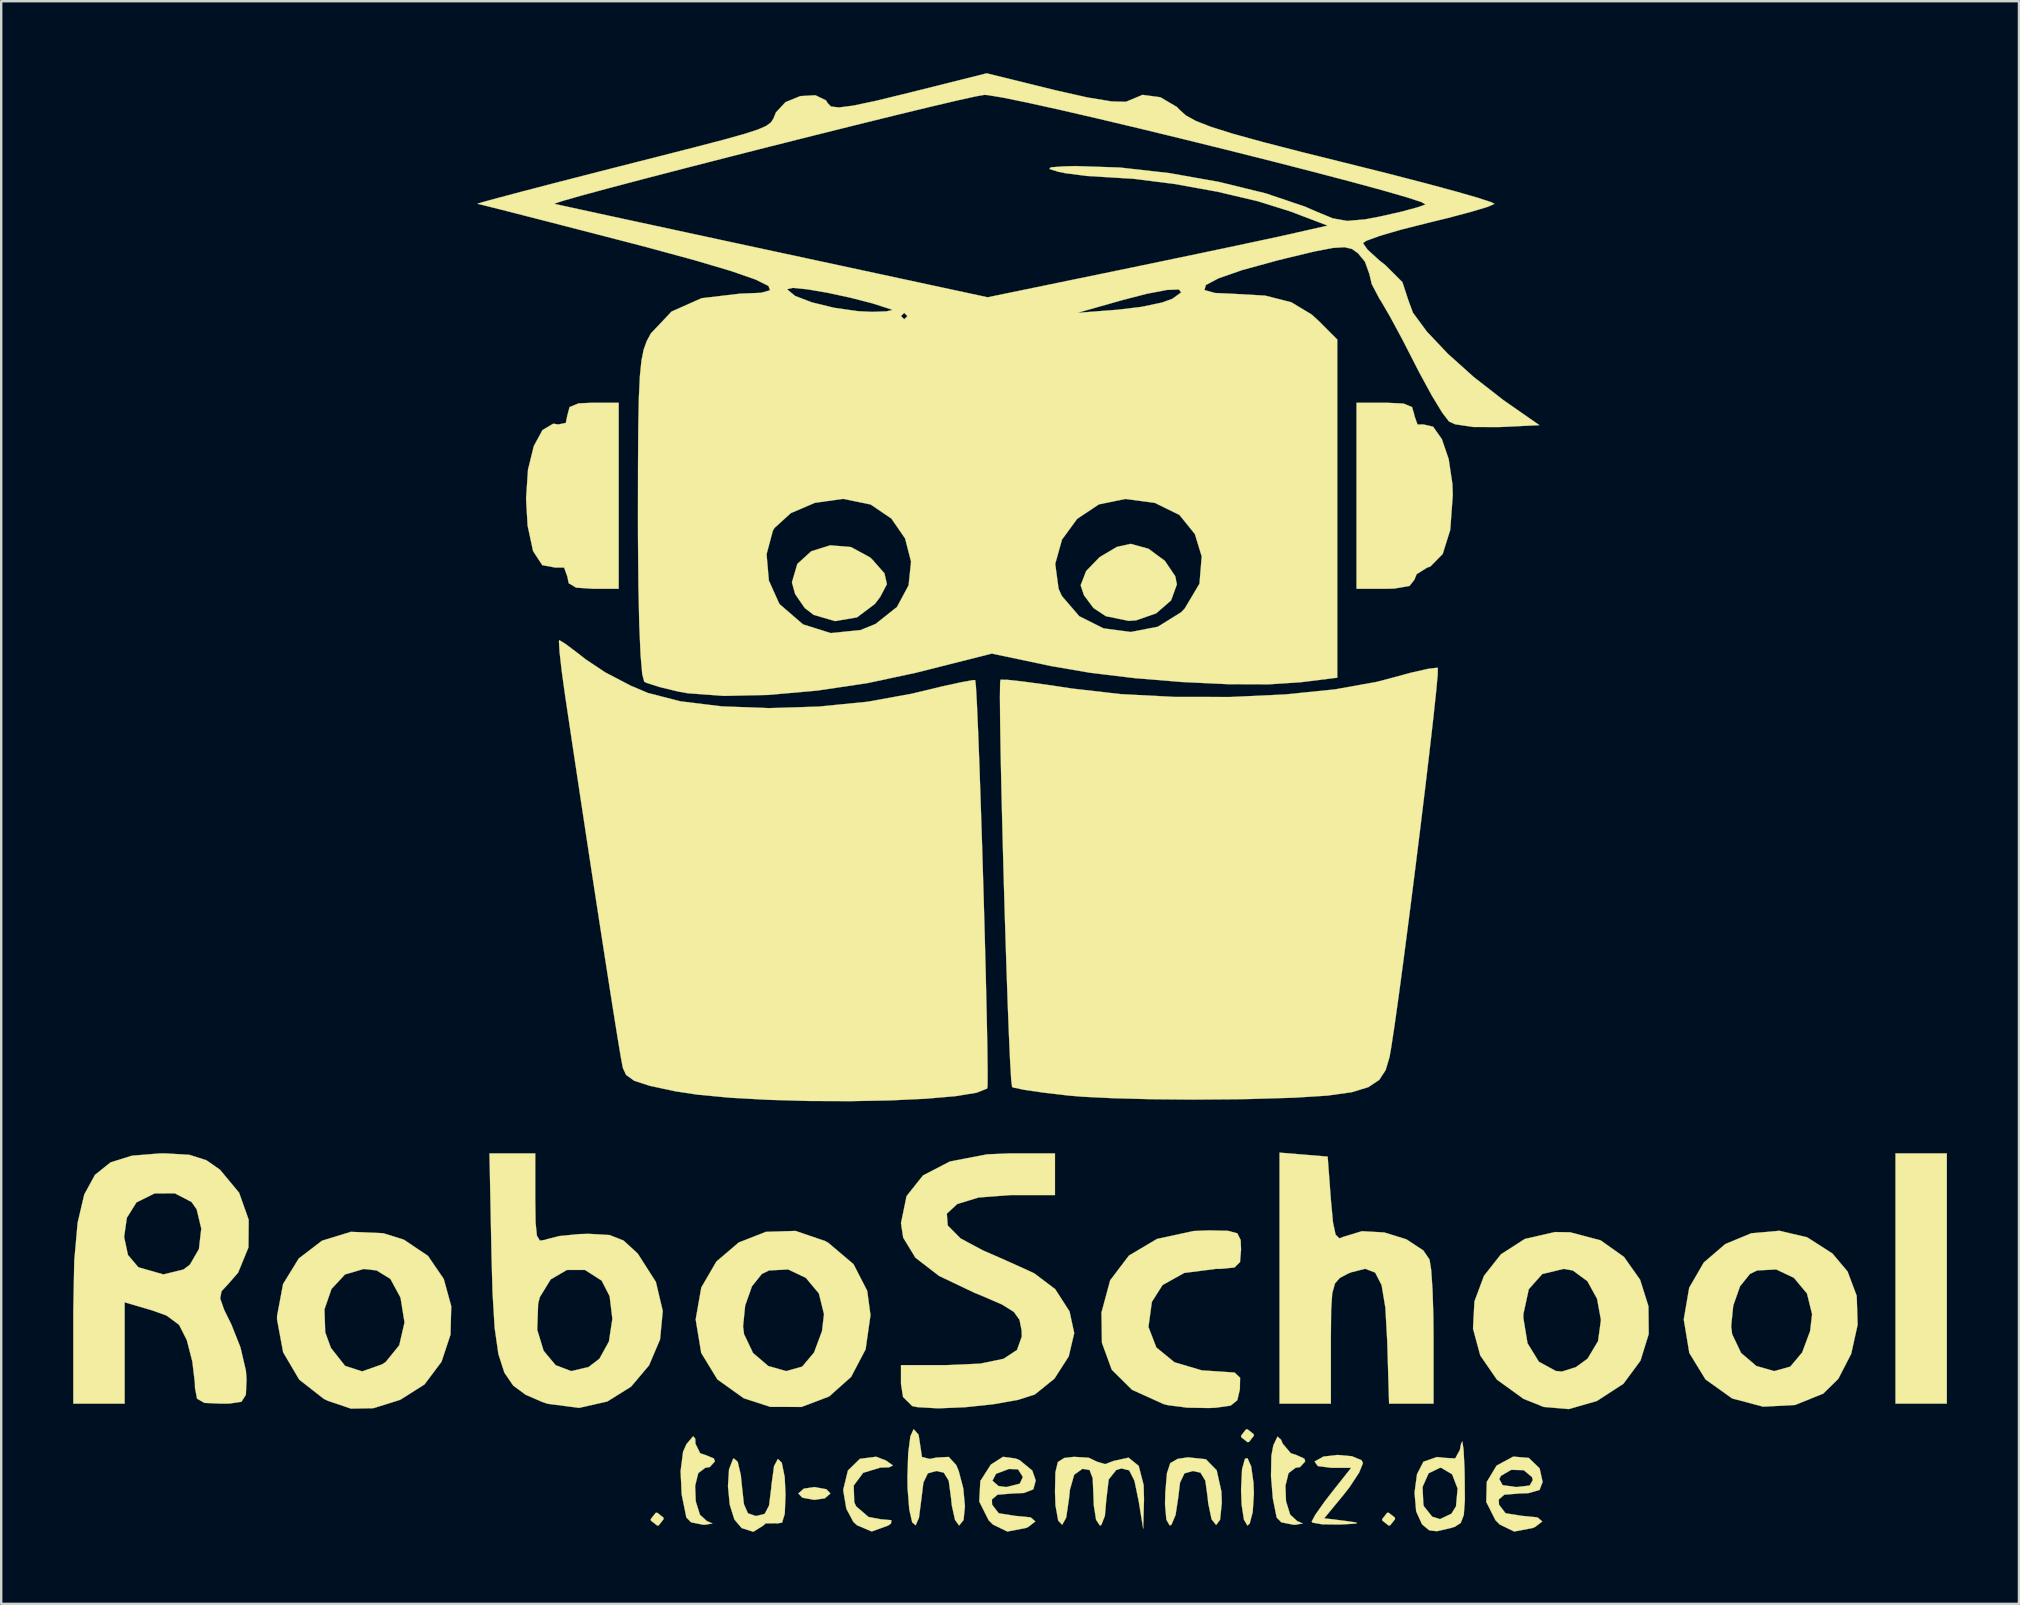
<source format=kicad_pcb>
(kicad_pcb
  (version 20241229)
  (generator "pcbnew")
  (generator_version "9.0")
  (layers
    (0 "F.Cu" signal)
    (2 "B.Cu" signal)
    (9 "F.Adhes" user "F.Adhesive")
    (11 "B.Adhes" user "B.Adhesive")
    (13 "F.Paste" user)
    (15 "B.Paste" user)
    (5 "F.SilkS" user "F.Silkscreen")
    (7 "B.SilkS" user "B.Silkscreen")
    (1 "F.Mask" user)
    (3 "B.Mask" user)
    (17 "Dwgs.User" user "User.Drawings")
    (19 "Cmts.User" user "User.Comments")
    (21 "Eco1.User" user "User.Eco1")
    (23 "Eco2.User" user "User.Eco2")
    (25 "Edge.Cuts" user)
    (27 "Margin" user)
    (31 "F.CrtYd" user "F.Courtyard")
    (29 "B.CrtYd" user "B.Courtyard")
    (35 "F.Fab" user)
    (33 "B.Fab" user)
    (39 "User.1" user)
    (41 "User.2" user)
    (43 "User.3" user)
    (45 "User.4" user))
  (footprint "test"
    (layer "F.Cu")
    (at 47.329 24.426)
    (property "Reference" "test" (at 0 0 0) (layer "F.SilkS") (effects (font (size 1.524 1.524) (thickness 0.3))))
    (attr through_hole)
    (fp_poly (pts (xy 30.747 31.015) (xy 28.608 31.015) (xy 28.608 20.587) (xy 30.747 20.587) (xy 30.747 31.015)) (stroke (width 0.01) (type solid)) (fill yes) (layer "F.SilkS"))
    (fp_poly (pts (xy -22.734 35.763) (xy -22.726 35.827) (xy -22.93 36.087) (xy -22.994 36.095) (xy -23.253 35.891) (xy -23.261 35.827) (xy -23.058 35.568) (xy -22.994 35.56) (xy -22.734 35.763)) (stroke (width 0.01) (type solid)) (fill yes) (layer "F.SilkS"))
    (fp_poly (pts (xy -15.941 34.582) (xy -15.775 34.758) (xy -16.004 34.959) (xy -16.443 35.025) (xy -16.946 34.934) (xy -17.112 34.758) (xy -16.883 34.557) (xy -16.443 34.491) (xy -15.941 34.582)) (stroke (width 0.01) (type solid)) (fill yes) (layer "F.SilkS"))
    (fp_poly (pts (xy 1.864 32.288) (xy 1.872 32.352) (xy 1.668 32.611) (xy 1.604 32.619) (xy 1.345 32.415) (xy 1.337 32.352) (xy 1.54 32.092) (xy 1.604 32.084) (xy 1.864 32.288)) (stroke (width 0.01) (type solid)) (fill yes) (layer "F.SilkS"))
    (fp_poly (pts (xy 7.746 35.763) (xy 7.754 35.827) (xy 7.55 36.087) (xy 7.486 36.095) (xy 7.227 35.891) (xy 7.219 35.827) (xy 7.422 35.568) (xy 7.486 35.56) (xy 7.746 35.763)) (stroke (width 0.01) (type solid)) (fill yes) (layer "F.SilkS"))
    (fp_poly (pts (xy 1.759 33.63) (xy 1.856 34.318) (xy 1.872 34.774) (xy 1.823 35.531) (xy 1.699 36.009) (xy 1.604 36.095) (xy 1.458 35.853) (xy 1.361 35.228) (xy 1.337 34.608) (xy 1.379 33.744) (xy 1.499 33.312) (xy 1.604 33.287) (xy 1.759 33.63)) (stroke (width 0.01) (type solid)) (fill yes) (layer "F.SilkS"))
    (fp_poly (pts (xy -14.919 -4.68) (xy -14.124 -4.249) (xy -14.025 -4.156) (xy -13.523 -3.584) (xy -13.421 -3.134) (xy -13.705 -2.594) (xy -13.923 -2.309) (xy -14.668 -1.749) (xy -15.583 -1.594) (xy -16.473 -1.854) (xy -16.844 -2.139) (xy -17.245 -2.721) (xy -17.379 -3.208) (xy -17.154 -3.976) (xy -16.575 -4.504) (xy -15.783 -4.752) (xy -14.919 -4.68)) (stroke (width 0.01) (type solid)) (fill yes) (layer "F.SilkS"))
    (fp_poly (pts (xy -2.522 -4.61) (xy -1.84 -4.107) (xy -1.405 -3.465) (xy -1.337 -3.124) (xy -1.578 -2.458) (xy -2.197 -1.919) (xy -3.037 -1.626) (xy -3.342 -1.604) (xy -4.294 -1.797) (xy -4.813 -2.139) (xy -5.21 -2.673) (xy -5.347 -3.087) (xy -5.12 -3.678) (xy -4.556 -4.261) (xy -3.838 -4.686) (xy -3.267 -4.813) (xy -2.522 -4.61)) (stroke (width 0.01) (type solid)) (fill yes) (layer "F.SilkS"))
    (fp_poly (pts (xy -24.598 -2.941) (xy -25.667 -2.941) (xy -26.371 -2.988) (xy -26.681 -3.173) (xy -26.737 -3.451) (xy -26.873 -3.827) (xy -27.249 -3.827) (xy -27.781 -3.924) (xy -28.166 -4.514) (xy -28.394 -5.576) (xy -28.457 -6.696) (xy -28.377 -7.904) (xy -28.135 -8.888) (xy -27.771 -9.557) (xy -27.324 -9.821) (xy -27.118 -9.788) (xy -26.802 -9.852) (xy -26.737 -10.168) (xy -26.644 -10.513) (xy -26.274 -10.666) (xy -25.667 -10.695) (xy -24.598 -10.695) (xy -24.598 -2.941)) (stroke (width 0.01) (type solid)) (fill yes) (layer "F.SilkS"))
    (fp_poly (pts (xy -13.464 33.383) (xy -13.17 33.59) (xy -13.326 33.668) (xy -13.693 33.68) (xy -14.409 33.897) (xy -14.804 34.428) (xy -14.782 35.12) (xy -14.705 35.293) (xy -14.187 35.738) (xy -13.693 35.831) (xy -13.232 35.872) (xy -13.251 36.011) (xy -13.368 36.095) (xy -14.054 36.342) (xy -14.668 36.082) (xy -14.82 35.942) (xy -15.111 35.393) (xy -15.24 34.638) (xy -15.24 34.599) (xy -15.045 33.801) (xy -14.547 33.315) (xy -13.87 33.227) (xy -13.464 33.383)) (stroke (width 0.01) (type solid)) (fill yes) (layer "F.SilkS"))
    (fp_poly (pts (xy -21.407 32.477) (xy -21.398 32.686) (xy -21.203 33.082) (xy -20.988 33.154) (xy -20.633 33.298) (xy -20.587 33.421) (xy -20.804 33.658) (xy -20.988 33.688) (xy -21.281 33.909) (xy -21.412 34.44) (xy -21.387 35.084) (xy -21.213 35.642) (xy -20.922 35.91) (xy -20.689 36.007) (xy -20.969 36.058) (xy -21.064 36.064) (xy -21.581 35.961) (xy -21.777 35.761) (xy -21.972 34.805) (xy -22.018 33.824) (xy -21.915 33.022) (xy -21.772 32.7) (xy -21.494 32.373) (xy -21.407 32.477)) (stroke (width 0.01) (type solid)) (fill yes) (layer "F.SilkS"))
    (fp_poly (pts (xy 2.999 32.512) (xy 3.075 32.686) (xy 3.409 33.08) (xy 3.638 33.154) (xy 3.975 33.308) (xy 4.011 33.421) (xy 3.794 33.658) (xy 3.609 33.688) (xy 3.317 33.909) (xy 3.186 34.44) (xy 3.211 35.084) (xy 3.385 35.642) (xy 3.676 35.91) (xy 3.909 36.007) (xy 3.629 36.058) (xy 3.534 36.064) (xy 3.016 35.961) (xy 2.821 35.761) (xy 2.662 34.971) (xy 2.585 34.03) (xy 2.601 33.183) (xy 2.682 32.753) (xy 2.856 32.388) (xy 2.999 32.512)) (stroke (width 0.01) (type solid)) (fill yes) (layer "F.SilkS"))
    (fp_poly (pts (xy 8.106 -10.659) (xy 8.462 -10.513) (xy 8.556 -10.197) (xy 8.556 -10.168) (xy 8.69 -9.784) (xy 8.939 -9.789) (xy 9.34 -9.695) (xy 9.705 -9.177) (xy 9.989 -8.346) (xy 10.144 -7.312) (xy 10.16 -6.849) (xy 10.054 -5.394) (xy 9.741 -4.394) (xy 9.227 -3.87) (xy 9.087 -3.82) (xy 8.655 -3.551) (xy 8.556 -3.311) (xy 8.355 -3.059) (xy 7.715 -2.949) (xy 7.353 -2.941) (xy 6.149 -2.941) (xy 6.149 -10.695) (xy 7.353 -10.695) (xy 8.106 -10.659)) (stroke (width 0.01) (type solid)) (fill yes) (layer "F.SilkS"))
    (fp_poly (pts (xy -0.132 33.331) (xy 0.321 33.791) (xy 0.519 34.679) (xy 0.535 35.141) (xy 0.464 35.85) (xy 0.298 36.073) (xy 0.108 35.831) (xy -0.035 35.147) (xy -0.051 34.958) (xy -0.151 34.225) (xy -0.355 33.891) (xy -0.668 33.822) (xy -1.021 33.92) (xy -1.205 34.303) (xy -1.285 34.958) (xy -1.391 35.653) (xy -1.561 36.055) (xy -1.634 36.095) (xy -1.775 35.852) (xy -1.832 35.214) (xy -1.819 34.72) (xy -1.751 33.912) (xy -1.611 33.492) (xy -1.303 33.316) (xy -0.877 33.253) (xy -0.132 33.331)) (stroke (width 0.01) (type solid)) (fill yes) (layer "F.SilkS"))
    (fp_poly (pts (xy 5.957 33.206) (xy 6.359 33.374) (xy 6.417 33.494) (xy 6.257 33.89) (xy 5.854 34.501) (xy 5.61 34.813) (xy 4.802 35.793) (xy 5.676 35.901) (xy 6.148 35.969) (xy 6.148 36.011) (xy 5.65 36.043) (xy 5.414 36.052) (xy 4.721 36.044) (xy 4.318 35.974) (xy 4.278 35.933) (xy 4.43 35.647) (xy 4.819 35.097) (xy 5.102 34.73) (xy 5.927 33.688) (xy 5.087 33.688) (xy 4.539 33.618) (xy 4.404 33.435) (xy 4.412 33.421) (xy 4.766 33.222) (xy 5.354 33.153) (xy 5.957 33.206)) (stroke (width 0.01) (type solid)) (fill yes) (layer "F.SilkS"))
    (fp_poly (pts (xy -19.638 33.44) (xy -19.509 33.988) (xy -19.466 34.417) (xy -19.38 35.202) (xy -19.212 35.584) (xy -18.899 35.693) (xy -18.849 35.694) (xy -18.515 35.608) (xy -18.333 35.266) (xy -18.241 34.534) (xy -18.233 34.417) (xy -18.124 33.62) (xy -17.964 33.317) (xy -17.801 33.479) (xy -17.68 34.073) (xy -17.646 34.802) (xy -17.677 35.606) (xy -17.79 35.975) (xy -18.019 36.009) (xy -18.039 36.001) (xy -18.469 36.004) (xy -18.589 36.106) (xy -18.988 36.355) (xy -19.475 36.199) (xy -19.776 35.845) (xy -19.969 35.228) (xy -20.044 34.459) (xy -19.999 33.753) (xy -19.833 33.322) (xy -19.8 33.297) (xy -19.638 33.44)) (stroke (width 0.01) (type solid)) (fill yes) (layer "F.SilkS"))
    (fp_poly (pts (xy -12.099 32.313) (xy -12.032 32.758) (xy -11.96 33.236) (xy -11.634 33.32) (xy -11.367 33.264) (xy -10.844 33.235) (xy -10.531 33.576) (xy -10.431 33.812) (xy -10.238 34.546) (xy -10.169 35.289) (xy -10.226 35.863) (xy -10.411 36.095) (xy -10.412 36.095) (xy -10.583 35.856) (xy -10.716 35.257) (xy -10.746 34.958) (xy -10.845 34.225) (xy -11.05 33.891) (xy -11.363 33.822) (xy -11.715 33.92) (xy -11.9 34.303) (xy -11.98 34.958) (xy -12.084 35.766) (xy -12.223 36.086) (xy -12.367 35.96) (xy -12.489 35.43) (xy -12.559 34.54) (xy -12.566 34.089) (xy -12.533 33.079) (xy -12.443 32.375) (xy -12.311 32.086) (xy -12.299 32.084) (xy -12.099 32.313)) (stroke (width 0.01) (type solid)) (fill yes) (layer "F.SilkS"))
    (fp_poly (pts (xy -8.048 33.304) (xy -7.886 33.373) (xy -7.362 33.803) (xy -7.219 34.217) (xy -7.319 34.586) (xy -7.714 34.738) (xy -8.174 34.758) (xy -8.814 34.81) (xy -9.045 35.008) (xy -9.037 35.226) (xy -8.762 35.583) (xy -8.081 35.691) (xy -7.43 35.755) (xy -7.234 35.923) (xy -7.529 36.153) (xy -7.642 36.2) (xy -8.403 36.345) (xy -9.002 36.054) (xy -9.183 35.873) (xy -9.573 35.093) (xy -9.527 34.24) (xy -9.518 34.226) (xy -9.024 34.226) (xy -8.766 34.45) (xy -8.444 34.491) (xy -7.884 34.35) (xy -7.754 34.071) (xy -7.956 33.752) (xy -8.334 33.737) (xy -8.872 33.938) (xy -9.024 34.226) (xy -9.518 34.226) (xy -9.089 33.554) (xy -8.583 33.23) (xy -8.048 33.304)) (stroke (width 0.01) (type solid)) (fill yes) (layer "F.SilkS"))
    (fp_poly (pts (xy 3.944 20.638) (xy 4.946 20.721) (xy 5.08 22.518) (xy 5.169 23.468) (xy 5.277 23.974) (xy 5.436 24.127) (xy 5.615 24.059) (xy 6.375 23.829) (xy 7.309 23.882) (xy 8.226 24.167) (xy 8.933 24.632) (xy 9.192 25.011) (xy 9.261 25.45) (xy 9.317 26.288) (xy 9.351 27.391) (xy 9.358 28.229) (xy 9.358 31.015) (xy 7.506 31.015) (xy 7.429 28.436) (xy 7.351 27.017) (xy 7.194 26.075) (xy 6.924 25.553) (xy 6.51 25.395) (xy 5.918 25.545) (xy 5.769 25.609) (xy 5.45 25.779) (xy 5.248 26.012) (xy 5.137 26.419) (xy 5.091 27.114) (xy 5.08 28.209) (xy 5.08 28.469) (xy 5.08 31.015) (xy 2.941 31.015) (xy 2.941 20.555) (xy 3.944 20.638)) (stroke (width 0.01) (type solid)) (fill yes) (layer "F.SilkS"))
    (fp_poly (pts (xy 13.326 33.277) (xy 13.778 33.711) (xy 13.903 34.277) (xy 13.776 34.611) (xy 13.31 34.746) (xy 12.948 34.758) (xy 12.308 34.81) (xy 12.077 35.008) (xy 12.086 35.226) (xy 12.36 35.583) (xy 13.041 35.691) (xy 13.692 35.755) (xy 13.889 35.923) (xy 13.593 36.153) (xy 13.48 36.2) (xy 12.719 36.345) (xy 12.12 36.054) (xy 11.939 35.873) (xy 11.555 35.112) (xy 11.577 34.276) (xy 11.649 34.156) (xy 12.097 34.156) (xy 12.236 34.411) (xy 12.803 34.491) (xy 13.363 34.428) (xy 13.495 34.199) (xy 13.46 34.075) (xy 13.115 33.787) (xy 12.595 33.774) (xy 12.17 34.02) (xy 12.097 34.156) (xy 11.649 34.156) (xy 11.986 33.596) (xy 12.68 33.222) (xy 13.326 33.277)) (stroke (width 0.01) (type solid)) (fill yes) (layer "F.SilkS"))
    (fp_poly (pts (xy 0.786 23.813) (xy 1.183 23.919) (xy 1.321 24.197) (xy 1.337 24.598) (xy 1.294 25.114) (xy 1.062 25.342) (xy 0.487 25.399) (xy 0.28 25.4) (xy -1.032 25.569) (xy -1.934 26.072) (xy -2.379 26.774) (xy -2.522 27.819) (xy -2.194 28.673) (xy -1.439 29.291) (xy -0.3 29.628) (xy 0.459 29.678) (xy 1.071 29.72) (xy 1.297 29.935) (xy 1.288 30.413) (xy 1.183 30.871) (xy 0.905 31.096) (xy 0.299 31.184) (xy 0 31.198) (xy -0.912 31.182) (xy -1.712 31.079) (xy -1.887 31.035) (xy -3.203 30.44) (xy -4.051 29.602) (xy -4.46 28.48) (xy -4.48 27.219) (xy -4.117 25.875) (xy -3.336 24.845) (xy -2.168 24.152) (xy -0.645 23.822) (xy -0.009 23.796) (xy 0.786 23.813)) (stroke (width 0.01) (type solid)) (fill yes) (layer "F.SilkS"))
    (fp_poly (pts (xy -5.008 33.27) (xy -4.671 33.433) (xy -4.325 33.536) (xy -3.977 33.403) (xy -3.352 33.266) (xy -2.928 33.608) (xy -2.722 34.408) (xy -2.707 34.991) (xy -2.741 36.228) (xy -2.925 35.097) (xy -3.106 34.224) (xy -3.325 33.794) (xy -3.647 33.716) (xy -3.865 33.781) (xy -4.178 34.175) (xy -4.278 35.017) (xy -4.337 35.69) (xy -4.484 36.066) (xy -4.545 36.095) (xy -4.704 35.856) (xy -4.8 35.249) (xy -4.813 34.872) (xy -4.846 34.119) (xy -4.977 33.779) (xy -5.257 33.734) (xy -5.281 33.738) (xy -5.617 33.978) (xy -5.795 34.602) (xy -5.831 34.961) (xy -5.949 35.764) (xy -6.117 36.065) (xy -6.283 35.888) (xy -6.396 35.257) (xy -6.416 34.691) (xy -6.399 33.873) (xy -6.297 33.449) (xy -6.034 33.28) (xy -5.623 33.232) (xy -5.008 33.27)) (stroke (width 0.01) (type solid)) (fill yes) (layer "F.SilkS"))
    (fp_poly (pts (xy 10.609 32.931) (xy 10.647 33.667) (xy 10.655 33.991) (xy 10.664 35.03) (xy 10.619 35.655) (xy 10.491 35.987) (xy 10.247 36.146) (xy 10.093 36.194) (xy 9.499 36.332) (xy 9.177 36.294) (xy 8.883 36.048) (xy 8.877 36.041) (xy 8.634 35.505) (xy 8.566 34.727) (xy 8.598 34.485) (xy 8.9 34.485) (xy 8.935 35.22) (xy 8.957 35.293) (xy 9.304 35.727) (xy 9.625 35.827) (xy 10.102 35.603) (xy 10.294 35.293) (xy 10.361 34.552) (xy 10.132 33.959) (xy 9.678 33.691) (xy 9.625 33.688) (xy 9.154 33.917) (xy 8.9 34.485) (xy 8.598 34.485) (xy 8.669 33.956) (xy 8.934 33.44) (xy 8.944 33.432) (xy 9.502 33.239) (xy 9.861 33.277) (xy 10.262 33.297) (xy 10.458 32.937) (xy 10.502 32.698) (xy 10.558 32.584) (xy 10.609 32.931)) (stroke (width 0.01) (type solid)) (fill yes) (layer "F.SilkS"))
    (fp_poly (pts (xy -15.988 24.242) (xy -15.856 24.319) (xy -14.812 25.203) (xy -14.241 26.315) (xy -14.105 27.328) (xy -14.308 28.751) (xy -14.91 29.898) (xy -15.827 30.716) (xy -16.977 31.152) (xy -18.278 31.15) (xy -19.384 30.792) (xy -20.485 30.006) (xy -21.158 28.903) (xy -21.342 27.794) (xy -19.415 27.794) (xy -19.374 28.12) (xy -18.999 28.905) (xy -18.364 29.447) (xy -17.622 29.659) (xy -16.951 29.473) (xy -16.456 28.883) (xy -16.125 27.994) (xy -16.042 27.289) (xy -16.254 26.425) (xy -16.799 25.773) (xy -17.537 25.423) (xy -18.331 25.465) (xy -18.632 25.61) (xy -19.044 26.124) (xy -19.328 26.931) (xy -19.415 27.794) (xy -21.342 27.794) (xy -21.388 27.512) (xy -21.388 27.498) (xy -21.156 26.177) (xy -20.525 25.092) (xy -19.595 24.299) (xy -18.463 23.856) (xy -17.228 23.818) (xy -15.988 24.242)) (stroke (width 0.01) (type solid)) (fill yes) (layer "F.SilkS"))
    (fp_poly (pts (xy -34.411 23.913) (xy -33.552 24.181) (xy -32.545 24.857) (xy -31.887 25.82) (xy -31.575 26.954) (xy -31.607 28.142) (xy -31.98 29.268) (xy -32.691 30.216) (xy -33.699 30.854) (xy -34.826 31.206) (xy -35.757 31.222) (xy -36.716 30.898) (xy -36.888 30.814) (xy -37.91 30.014) (xy -38.58 28.875) (xy -38.834 27.509) (xy -38.834 27.365) (xy -38.781 27.084) (xy -36.858 27.084) (xy -36.827 28.042) (xy -36.589 28.693) (xy -35.999 29.442) (xy -35.29 29.671) (xy -34.459 29.379) (xy -34.304 29.277) (xy -33.741 28.582) (xy -33.522 27.629) (xy -33.688 26.604) (xy -33.694 26.588) (xy -34.112 25.816) (xy -34.689 25.463) (xy -35.226 25.404) (xy -36.002 25.631) (xy -36.565 26.236) (xy -36.858 27.084) (xy -38.781 27.084) (xy -38.583 26.03) (xy -37.929 24.966) (xy -36.959 24.224) (xy -35.758 23.856) (xy -34.411 23.913)) (stroke (width 0.01) (type solid)) (fill yes) (layer "F.SilkS"))
    (fp_poly (pts (xy 15.052 23.875) (xy 16.32 24.21) (xy 17.296 24.903) (xy 17.966 25.852) (xy 18.314 26.956) (xy 18.325 28.114) (xy 17.982 29.224) (xy 17.27 30.187) (xy 16.173 30.899) (xy 16.139 30.913) (xy 14.99 31.242) (xy 13.947 31.153) (xy 13.106 30.814) (xy 11.999 30.015) (xy 11.306 29.009) (xy 11.003 27.892) (xy 11.026 27.447) (xy 13.101 27.447) (xy 13.275 28.502) (xy 13.75 29.271) (xy 14.452 29.653) (xy 14.705 29.678) (xy 15.287 29.496) (xy 15.775 29.143) (xy 16.214 28.409) (xy 16.334 27.527) (xy 16.172 26.645) (xy 15.768 25.91) (xy 15.161 25.466) (xy 14.778 25.4) (xy 13.889 25.614) (xy 13.327 26.246) (xy 13.104 27.278) (xy 13.101 27.447) (xy 11.026 27.447) (xy 11.063 26.754) (xy 11.46 25.689) (xy 12.168 24.791) (xy 13.162 24.152) (xy 14.414 23.865) (xy 15.052 23.875)) (stroke (width 0.01) (type solid)) (fill yes) (layer "F.SilkS"))
    (fp_poly (pts (xy 24.928 24.084) (xy 25.979 24.758) (xy 26.611 25.508) (xy 26.992 26.522) (xy 27.031 27.725) (xy 26.763 28.938) (xy 26.224 29.984) (xy 25.595 30.598) (xy 24.425 31.07) (xy 23.096 31.142) (xy 21.816 30.803) (xy 21.791 30.791) (xy 20.691 30.006) (xy 20.017 28.905) (xy 19.833 27.794) (xy 21.76 27.794) (xy 21.801 28.12) (xy 22.175 28.905) (xy 22.811 29.447) (xy 23.553 29.659) (xy 24.224 29.473) (xy 24.719 28.883) (xy 25.05 27.994) (xy 25.133 27.289) (xy 24.92 26.425) (xy 24.376 25.773) (xy 23.637 25.423) (xy 22.843 25.465) (xy 22.543 25.61) (xy 22.131 26.124) (xy 21.847 26.931) (xy 21.76 27.794) (xy 19.833 27.794) (xy 19.786 27.515) (xy 19.786 27.498) (xy 20.012 26.184) (xy 20.622 25.13) (xy 21.517 24.364) (xy 22.599 23.915) (xy 23.769 23.812) (xy 24.928 24.084)) (stroke (width 0.01) (type solid)) (fill yes) (layer "F.SilkS"))
    (fp_poly (pts (xy -6.417 22.325) (xy -8.279 22.325) (xy -9.6 22.425) (xy -10.489 22.696) (xy -10.924 23.098) (xy -10.886 23.59) (xy -10.352 24.13) (xy -9.431 24.624) (xy -8.482 25.039) (xy -7.574 25.449) (xy -7.275 25.589) (xy -6.407 26.245) (xy -5.81 27.173) (xy -5.615 28.074) (xy -5.844 29.047) (xy -6.44 29.974) (xy -7.255 30.632) (xy -7.95 30.856) (xy -8.983 31.04) (xy -10.158 31.164) (xy -11.277 31.211) (xy -12.146 31.162) (xy -12.366 31.115) (xy -12.748 30.738) (xy -12.834 30.193) (xy -12.834 29.411) (xy -10.975 29.411) (xy -9.533 29.348) (xy -8.559 29.146) (xy -8 28.778) (xy -7.8 28.221) (xy -7.807 27.961) (xy -7.895 27.522) (xy -8.129 27.193) (xy -8.619 26.887) (xy -9.477 26.515) (xy -9.759 26.402) (xy -11.247 25.693) (xy -12.232 24.935) (xy -12.742 24.098) (xy -12.834 23.496) (xy -12.602 22.367) (xy -11.917 21.506) (xy -10.793 20.923) (xy -9.242 20.626) (xy -8.299 20.587) (xy -6.417 20.587) (xy -6.417 22.325)) (stroke (width 0.01) (type solid)) (fill yes) (layer "F.SilkS"))
    (fp_poly (pts (xy -28.074 22.488) (xy -28.061 23.469) (xy -28.006 24.015) (xy -27.88 24.222) (xy -27.657 24.189) (xy -27.606 24.165) (xy -27.066 24.031) (xy -26.242 23.95) (xy -25.844 23.939) (xy -24.98 23.989) (xy -24.397 24.217) (xy -23.845 24.723) (xy -23.786 24.789) (xy -23.048 25.943) (xy -22.761 27.154) (xy -22.874 28.34) (xy -23.331 29.418) (xy -24.081 30.307) (xy -25.071 30.925) (xy -26.246 31.191) (xy -27.555 31.022) (xy -27.781 30.946) (xy -28.474 30.645) (xy -28.992 30.264) (xy -29.361 29.725) (xy -29.61 28.951) (xy -29.755 27.937) (xy -27.993 27.937) (xy -27.725 28.814) (xy -27.226 29.412) (xy -26.576 29.66) (xy -25.851 29.488) (xy -25.4 29.143) (xy -25.005 28.428) (xy -24.861 27.48) (xy -24.975 26.538) (xy -25.308 25.889) (xy -26.003 25.444) (xy -26.758 25.445) (xy -27.432 25.839) (xy -27.884 26.577) (xy -27.954 26.851) (xy -27.993 27.937) (xy -29.755 27.937) (xy -29.766 27.862) (xy -29.855 26.38) (xy -29.897 24.847) (xy -29.982 20.587) (xy -28.074 20.587) (xy -28.074 22.488)) (stroke (width 0.01) (type solid)) (fill yes) (layer "F.SilkS"))
    (fp_poly (pts (xy -26.825 -0.65) (xy -26.307 -0.262) (xy -25.973 0.001) (xy -25.151 0.547) (xy -24.097 1.097) (xy -23.382 1.4) (xy -22.032 1.748) (xy -20.304 1.959) (xy -18.336 2.032) (xy -16.266 1.968) (xy -14.233 1.767) (xy -12.375 1.43) (xy -12.192 1.385) (xy -11.143 1.133) (xy -10.314 0.951) (xy -9.823 0.864) (xy -9.741 0.865) (xy -9.71 1.144) (xy -9.669 1.88) (xy -9.62 2.994) (xy -9.566 4.407) (xy -9.51 6.043) (xy -9.452 7.822) (xy -9.396 9.667) (xy -9.344 11.5) (xy -9.299 13.242) (xy -9.262 14.815) (xy -9.236 16.142) (xy -9.223 17.144) (xy -9.226 17.743) (xy -9.238 17.881) (xy -9.682 18.059) (xy -10.567 18.203) (xy -11.8 18.309) (xy -13.289 18.379) (xy -14.941 18.41) (xy -16.663 18.403) (xy -18.362 18.355) (xy -19.947 18.268) (xy -21.323 18.138) (xy -22.235 18) (xy -23.301 17.772) (xy -23.949 17.561) (xy -24.289 17.317) (xy -24.425 17.024) (xy -24.505 16.597) (xy -24.655 15.697) (xy -24.865 14.381) (xy -25.128 12.703) (xy -25.435 10.721) (xy -25.777 8.491) (xy -26.145 6.068) (xy -26.531 3.509) (xy -26.826 1.537) (xy -26.97 0.5) (xy -27.061 -0.302) (xy -27.087 -0.749) (xy -27.074 -0.802) (xy -26.825 -0.65)) (stroke (width 0.01) (type solid)) (fill yes) (layer "F.SilkS"))
    (fp_poly (pts (xy -42.483 20.647) (xy -41.779 20.872) (xy -41.213 21.265) (xy -40.414 22.228) (xy -40.016 23.353) (xy -40.026 24.506) (xy -40.455 25.554) (xy -40.878 26.042) (xy -41.147 26.328) (xy -41.205 26.629) (xy -41.038 27.107) (xy -40.734 27.724) (xy -40.358 28.673) (xy -40.133 29.635) (xy -40.105 29.991) (xy -40.133 30.646) (xy -40.319 30.937) (xy -40.818 31.012) (xy -41.175 31.015) (xy -41.861 30.984) (xy -42.168 30.809) (xy -42.253 30.364) (xy -42.259 30.146) (xy -42.365 29.259) (xy -42.594 28.368) (xy -42.917 27.73) (xy -43.442 27.342) (xy -44.049 27.126) (xy -45.185 26.793) (xy -45.185 31.015) (xy -47.324 31.015) (xy -47.324 27.129) (xy -47.285 25.066) (xy -47.196 24.068) (xy -45.207 24.068) (xy -45.047 24.82) (xy -44.623 25.321) (xy -44.584 25.341) (xy -43.569 25.63) (xy -42.733 25.425) (xy -42.466 25.225) (xy -42.089 24.572) (xy -41.992 23.719) (xy -42.183 22.92) (xy -42.397 22.612) (xy -43.095 22.251) (xy -43.939 22.256) (xy -44.687 22.626) (xy -44.696 22.634) (xy -45.093 23.271) (xy -45.207 24.068) (xy -47.196 24.068) (xy -47.144 23.476) (xy -46.868 22.3) (xy -46.422 21.482) (xy -45.773 20.962) (xy -44.887 20.684) (xy -43.729 20.589) (xy -43.481 20.587) (xy -42.483 20.647)) (stroke (width 0.01) (type solid)) (fill yes) (layer "F.SilkS"))
    (fp_poly (pts (xy 9.537 0.358) (xy 9.531 0.637) (xy 9.464 1.368) (xy 9.346 2.471) (xy 9.186 3.868) (xy 8.995 5.479) (xy 8.782 7.227) (xy 8.557 9.032) (xy 8.33 10.816) (xy 8.111 12.499) (xy 7.909 14.004) (xy 7.734 15.251) (xy 7.596 16.161) (xy 7.523 16.577) (xy 7.364 17.114) (xy 7.094 17.524) (xy 6.644 17.826) (xy 5.947 18.038) (xy 4.937 18.179) (xy 3.545 18.267) (xy 1.705 18.321) (xy 1.093 18.332) (xy -0.641 18.345) (xy -2.378 18.33) (xy -3.968 18.289) (xy -5.263 18.226) (xy -5.845 18.178) (xy -6.88 18.057) (xy -7.693 17.939) (xy -8.152 17.844) (xy -8.204 17.82) (xy -8.24 17.535) (xy -8.284 16.795) (xy -8.335 15.677) (xy -8.39 14.259) (xy -8.446 12.621) (xy -8.503 10.84) (xy -8.557 8.996) (xy -8.606 7.166) (xy -8.649 5.428) (xy -8.682 3.862) (xy -8.703 2.544) (xy -8.711 1.555) (xy -8.703 0.972) (xy -8.688 0.849) (xy -8.407 0.852) (xy -7.708 0.929) (xy -6.704 1.066) (xy -5.706 1.216) (xy -3.678 1.449) (xy -1.429 1.565) (xy 0.902 1.568) (xy 3.175 1.462) (xy 5.248 1.251) (xy 6.982 0.94) (xy 7.454 0.817) (xy 8.403 0.56) (xy 9.135 0.394) (xy 9.515 0.349) (xy 9.537 0.358)) (stroke (width 0.01) (type solid)) (fill yes) (layer "F.SilkS"))
    (fp_poly (pts (xy -6.436 -23.724) (xy -5.064 -23.415) (xy -4.054 -23.249) (xy -3.466 -23.234) (xy -3.355 -23.278) (xy -2.768 -23.523) (xy -2.025 -23.424) (xy -1.34 -23.021) (xy -1.213 -22.889) (xy -0.958 -22.663) (xy -0.547 -22.436) (xy 0.083 -22.19) (xy 0.994 -21.903) (xy 2.249 -21.556) (xy 3.911 -21.128) (xy 5.663 -20.693) (xy 7.408 -20.257) (xy 8.962 -19.855) (xy 10.254 -19.507) (xy 11.215 -19.231) (xy 11.777 -19.046) (xy 11.895 -18.979) (xy 11.61 -18.855) (xy 10.917 -18.647) (xy 9.93 -18.386) (xy 9.107 -18.185) (xy 7.993 -17.903) (xy 7.104 -17.643) (xy 6.549 -17.439) (xy 6.417 -17.344) (xy 6.611 -17.071) (xy 7.1 -16.625) (xy 7.353 -16.425) (xy 8.061 -15.719) (xy 8.288 -15.024) (xy 8.288 -15.018) (xy 8.499 -14.446) (xy 9.078 -13.66) (xy 9.95 -12.738) (xy 11.037 -11.762) (xy 12.262 -10.809) (xy 12.539 -10.614) (xy 13.769 -9.759) (xy 12.075 -9.679) (xy 11.012 -9.683) (xy 10.256 -9.796) (xy 10.003 -9.912) (xy 9.717 -10.284) (xy 9.279 -11.007) (xy 8.767 -11.949) (xy 8.572 -12.33) (xy 8.042 -13.363) (xy 7.55 -14.274) (xy 7.182 -14.908) (xy 7.102 -15.03) (xy 6.784 -15.636) (xy 6.684 -16.06) (xy 6.499 -16.572) (xy 6.212 -16.921) (xy 5.966 -17.098) (xy 5.651 -17.175) (xy 5.162 -17.145) (xy 4.395 -16.997) (xy 3.247 -16.722) (xy 2.821 -16.616) (xy 1.391 -16.224) (xy 0.401 -15.88) (xy -0.131 -15.598) (xy -0.188 -15.389) (xy 0.249 -15.267) (xy 0.88 -15.24) (xy 2.343 -15.157) (xy 3.431 -14.881) (xy 4.28 -14.37) (xy 4.561 -14.113) (xy 5.347 -13.327) (xy 5.347 0.764) (xy 3.821 0.954) (xy 2.493 1.041) (xy 0.796 1.035) (xy -1.113 0.945) (xy -3.08 0.784) (xy -4.948 0.56) (xy -6.56 0.283) (xy -6.596 0.276) (xy -9.048 -0.241) (xy -12.211 0.558) (xy -14.23 0.99) (xy -16.326 1.302) (xy -18.366 1.483) (xy -20.212 1.523) (xy -21.729 1.411) (xy -22.129 1.339) (xy -22.892 1.154) (xy -23.434 0.98) (xy -23.533 0.933) (xy -23.616 0.617) (xy -23.686 -0.191) (xy -23.74 -1.448) (xy -23.776 -3.112) (xy -23.787 -4.381) (xy -18.435 -4.381) (xy -18.34 -3.285) (xy -17.913 -2.334) (xy -17.877 -2.286) (xy -16.916 -1.458) (xy -15.763 -1.095) (xy -14.522 -1.22) (xy -13.894 -1.475) (xy -13.001 -2.183) (xy -12.517 -3.085) (xy -12.424 -3.979) (xy -6.407 -3.979) (xy -6.266 -2.938) (xy -6.132 -2.642) (xy -5.404 -1.797) (xy -4.397 -1.292) (xy -3.257 -1.141) (xy -2.129 -1.36) (xy -1.161 -1.962) (xy -1.011 -2.117) (xy -0.395 -3.153) (xy -0.303 -4.289) (xy -0.587 -5.221) (xy -1.231 -6.018) (xy -2.257 -6.521) (xy -3.489 -6.684) (xy -4.591 -6.457) (xy -5.494 -5.854) (xy -6.125 -4.99) (xy -6.407 -3.979) (xy -12.424 -3.979) (xy -12.414 -4.074) (xy -12.663 -5.038) (xy -13.234 -5.867) (xy -14.098 -6.453) (xy -15.227 -6.684) (xy -15.274 -6.684) (xy -16.423 -6.523) (xy -17.425 -6.094) (xy -18.104 -5.477) (xy -18.173 -5.362) (xy -18.435 -4.381) (xy -23.787 -4.381) (xy -23.794 -5.14) (xy -23.795 -5.965) (xy -23.792 -8.051) (xy -23.781 -9.673) (xy -23.757 -10.9) (xy -23.714 -11.803) (xy -23.649 -12.452) (xy -23.555 -12.915) (xy -23.428 -13.265) (xy -23.263 -13.57) (xy -23.254 -13.585) (xy -22.573 -14.304) (xy -12.834 -14.304) (xy -12.7 -14.171) (xy -12.566 -14.304) (xy -12.7 -14.438) (xy -12.834 -14.304) (xy -22.573 -14.304) (xy -22.444 -14.44) (xy -5.481 -14.44) (xy -3.798 -14.57) (xy -2.805 -14.69) (xy -1.956 -14.869) (xy -1.525 -15.025) (xy -1.158 -15.292) (xy -1.251 -15.415) (xy -1.752 -15.394) (xy -2.606 -15.231) (xy -3.609 -14.971) (xy -5.481 -14.44) (xy -22.444 -14.44) (xy -22.393 -14.494) (xy -21.146 -15.049) (xy -19.534 -15.24) (xy -19.504 -15.24) (xy -18.674 -15.274) (xy -18.288 -15.38) (xy -18.306 -15.427) (xy -17.576 -15.427) (xy -17.574 -15.417) (xy -17.249 -15.145) (xy -16.545 -14.876) (xy -15.617 -14.65) (xy -14.621 -14.508) (xy -14.037 -14.481) (xy -13.438 -14.502) (xy -13.202 -14.555) (xy -13.235 -14.581) (xy -14.011 -14.831) (xy -14.943 -15.071) (xy -15.897 -15.277) (xy -16.742 -15.421) (xy -17.346 -15.48) (xy -17.576 -15.427) (xy -18.306 -15.427) (xy -18.359 -15.563) (xy -18.9 -15.83) (xy -19.922 -16.185) (xy -21.438 -16.634) (xy -23.461 -17.184) (xy -24.345 -17.414) (xy -26.055 -17.856) (xy -27.586 -18.251) (xy -28.866 -18.579) (xy -29.819 -18.821) (xy -30.372 -18.959) (xy -30.468 -18.981) (xy -27.272 -18.981) (xy -26.988 -18.918) (xy -26.242 -18.755) (xy -25.096 -18.506) (xy -23.61 -18.185) (xy -21.845 -17.804) (xy -19.861 -17.376) (xy -18.181 -17.015) (xy -9.224 -15.088) (xy -3.743 -16.218) (xy -1.982 -16.583) (xy -0.291 -16.936) (xy 1.22 -17.254) (xy 2.442 -17.515) (xy 3.265 -17.694) (xy 3.342 -17.712) (xy 4.946 -18.075) (xy 3.397 -18.664) (xy 2.035 -19.091) (xy 0.351 -19.487) (xy -1.442 -19.811) (xy -3.129 -20.024) (xy -4.112 -20.084) (xy -5.094 -20.144) (xy -5.989 -20.259) (xy -6.283 -20.32) (xy -6.648 -20.434) (xy -6.596 -20.503) (xy -6.08 -20.542) (xy -5.567 -20.556) (xy -3.712 -20.495) (xy -1.658 -20.264) (xy 0.425 -19.894) (xy 2.368 -19.418) (xy 4.002 -18.866) (xy 4.437 -18.676) (xy 5.157 -18.377) (xy 5.767 -18.27) (xy 6.505 -18.335) (xy 7.137 -18.455) (xy 8.033 -18.658) (xy 8.737 -18.85) (xy 9.026 -18.957) (xy 8.854 -19.056) (xy 8.23 -19.259) (xy 7.223 -19.549) (xy 5.904 -19.908) (xy 4.342 -20.318) (xy 2.606 -20.764) (xy 0.765 -21.227) (xy -1.112 -21.69) (xy -2.954 -22.137) (xy -4.692 -22.549) (xy -6.258 -22.911) (xy -7.582 -23.203) (xy -8.594 -23.41) (xy -9.225 -23.514) (xy -9.358 -23.523) (xy -9.727 -23.458) (xy -10.518 -23.283) (xy -11.661 -23.014) (xy -13.084 -22.669) (xy -14.719 -22.266) (xy -16.493 -21.824) (xy -18.336 -21.36) (xy -20.179 -20.891) (xy -21.95 -20.436) (xy -23.579 -20.013) (xy -24.995 -19.64) (xy -26.127 -19.333) (xy -26.906 -19.112) (xy -27.261 -18.995) (xy -27.272 -18.981) (xy -30.468 -18.981) (xy -30.48 -18.984) (xy -30.273 -19.051) (xy -29.619 -19.23) (xy -28.59 -19.503) (xy -27.257 -19.85) (xy -25.693 -20.252) (xy -24.895 -20.456) (xy -22.885 -20.967) (xy -21.331 -21.364) (xy -20.171 -21.668) (xy -19.346 -21.899) (xy -18.793 -22.079) (xy -18.451 -22.229) (xy -18.26 -22.369) (xy -18.157 -22.52) (xy -18.081 -22.703) (xy -18.045 -22.791) (xy -17.647 -23.22) (xy -17.032 -23.471) (xy -16.401 -23.507) (xy -15.956 -23.292) (xy -15.892 -23.18) (xy -15.751 -23.037) (xy -15.422 -22.998) (xy -14.823 -23.075) (xy -13.871 -23.276) (xy -12.503 -23.609) (xy -9.262 -24.421) (xy -6.436 -23.724)) (stroke (width 0.01) (type solid)) (fill yes) (layer "F.SilkS")))
  (gr_rect
    (start -3 -3)
    (end 81.082 63.786)
    (stroke (width 0.1) (type default))
    (fill no)
    (layer "Edge.Cuts")))
</source>
